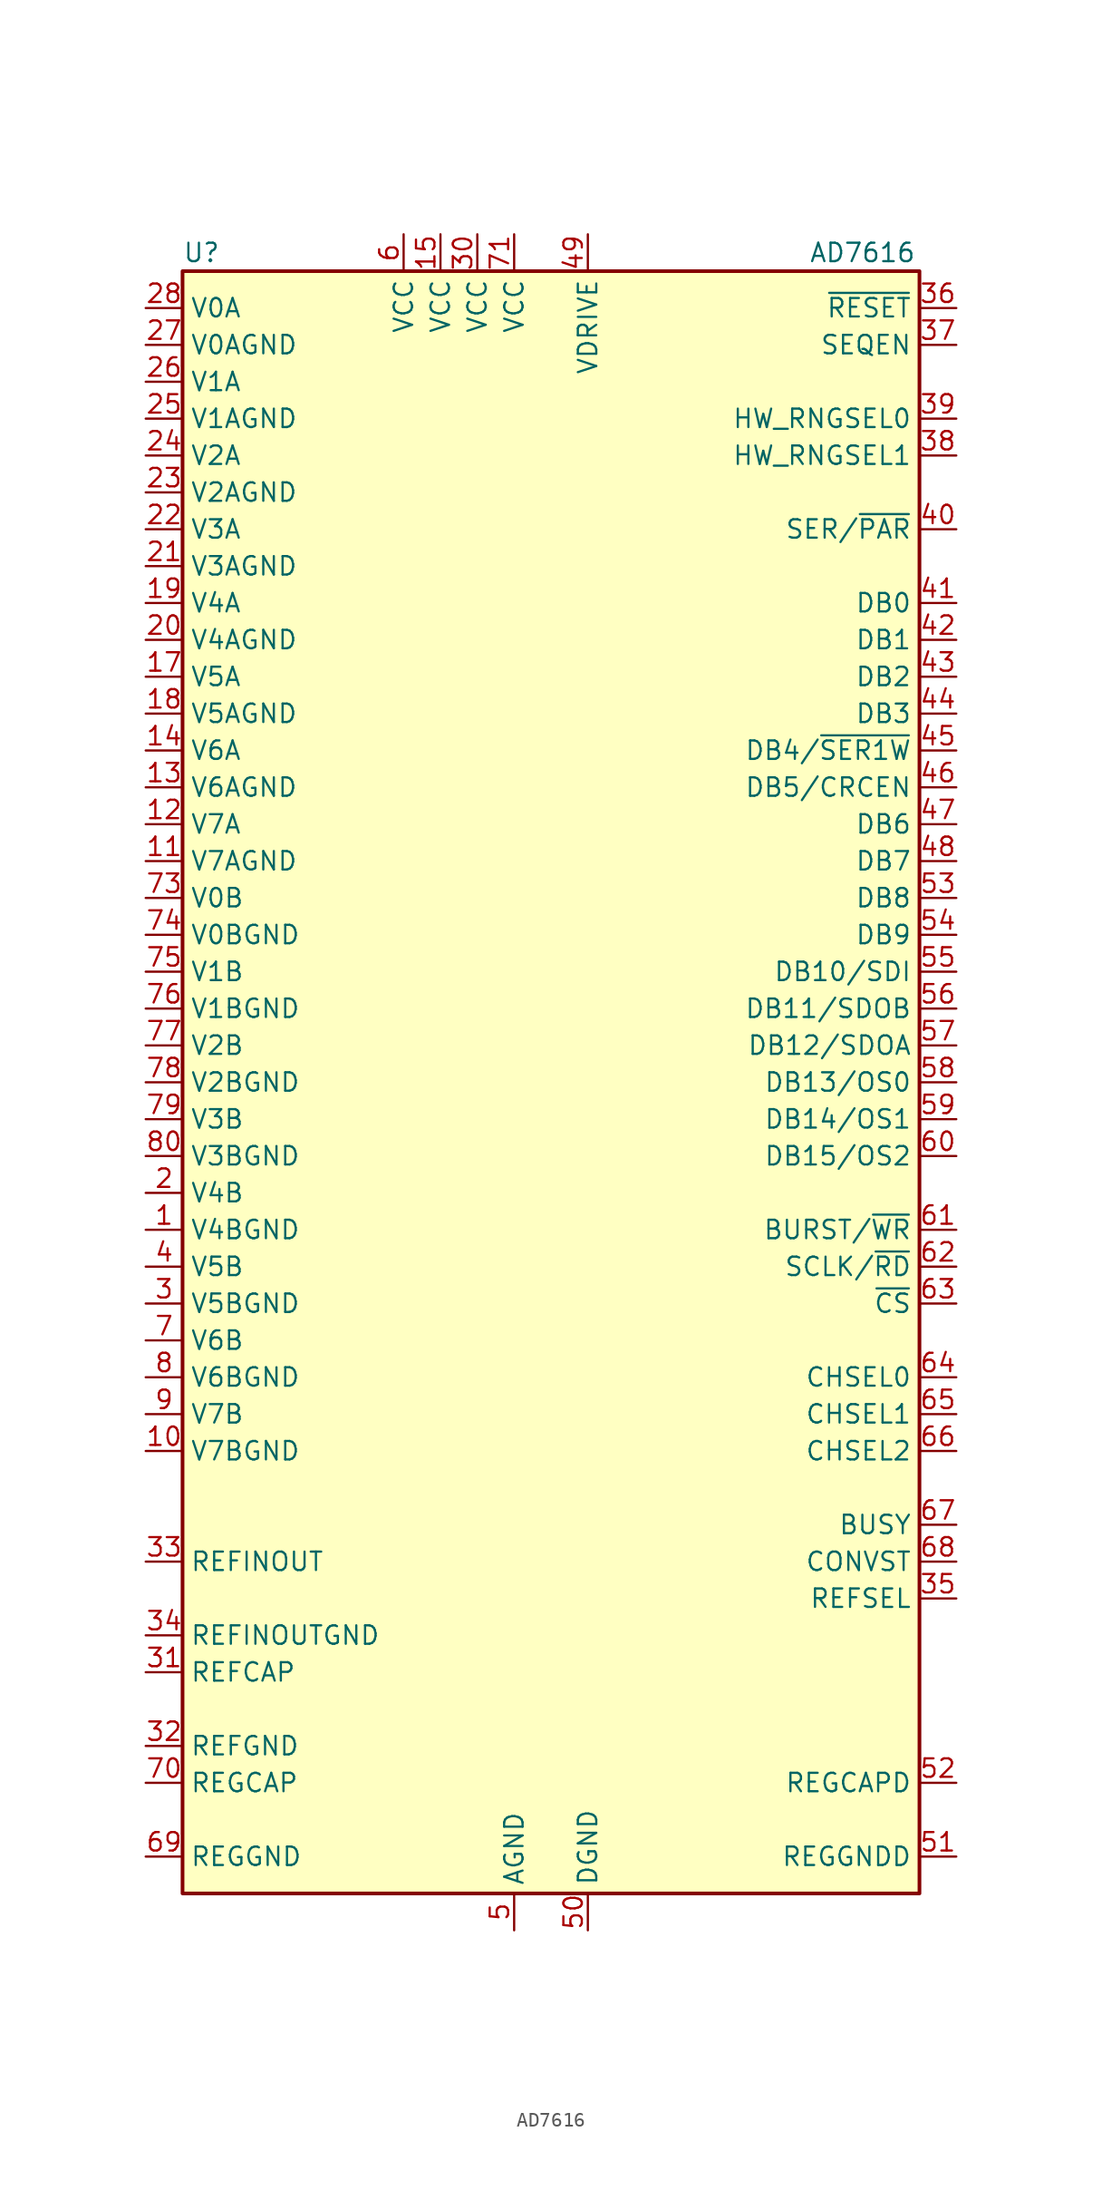
<source format=kicad_sym>
(kicad_symbol_lib
  (version 20201005)
  (generator kicad_symbol_editor)
  (symbol "Analog_ADC:AD7616"
    (property "Reference" "U"
      (at -25.4 57.15 0)
      (effects (font (size 1.27 1.27)) (justify left)))
    (property "Value" "AD7616"
      (at 17.78 57.15 0)
      (effects (font (size 1.27 1.27)) (justify left)))
    (symbol "AD7616_1_1"
      (rectangle (start -25.4 55.88) (end 25.4 -55.88) (stroke (width 0.254)) (fill (type background)))
      (pin input line (at -27.94 -10.16 0) (length 2.54) (name "V4BGND" (effects (font (size 1.27 1.27)))) (number "1" (effects (font (size 1.27 1.27)))))
      (pin input line (at -27.94 -25.4 0) (length 2.54) (name "V7BGND" (effects (font (size 1.27 1.27)))) (number "10" (effects (font (size 1.27 1.27)))))
      (pin input line (at -27.94 15.24 0) (length 2.54) (name "V7AGND" (effects (font (size 1.27 1.27)))) (number "11" (effects (font (size 1.27 1.27)))))
      (pin input line (at -27.94 17.78 0) (length 2.54) (name "V7A" (effects (font (size 1.27 1.27)))) (number "12" (effects (font (size 1.27 1.27)))))
      (pin input line (at -27.94 20.32 0) (length 2.54) (name "V6AGND" (effects (font (size 1.27 1.27)))) (number "13" (effects (font (size 1.27 1.27)))))
      (pin input line (at -27.94 22.86 0) (length 2.54) (name "V6A" (effects (font (size 1.27 1.27)))) (number "14" (effects (font (size 1.27 1.27)))))
      (pin power_in line (at -7.62 58.42 270) (length 2.54) (name "VCC" (effects (font (size 1.27 1.27)))) (number "15" (effects (font (size 1.27 1.27)))))
      (pin passive line (at -2.54 -58.42 90) (length 2.54) hide (name "AGND" (effects (font (size 1.27 1.27)))) (number "16" (effects (font (size 1.27 1.27)))))
      (pin input line (at -27.94 27.94 0) (length 2.54) (name "V5A" (effects (font (size 1.27 1.27)))) (number "17" (effects (font (size 1.27 1.27)))))
      (pin input line (at -27.94 25.4 0) (length 2.54) (name "V5AGND" (effects (font (size 1.27 1.27)))) (number "18" (effects (font (size 1.27 1.27)))))
      (pin input line (at -27.94 33.02 0) (length 2.54) (name "V4A" (effects (font (size 1.27 1.27)))) (number "19" (effects (font (size 1.27 1.27)))))
      (pin input line (at -27.94 -7.62 0) (length 2.54) (name "V4B" (effects (font (size 1.27 1.27)))) (number "2" (effects (font (size 1.27 1.27)))))
      (pin input line (at -27.94 30.48 0) (length 2.54) (name "V4AGND" (effects (font (size 1.27 1.27)))) (number "20" (effects (font (size 1.27 1.27)))))
      (pin input line (at -27.94 35.56 0) (length 2.54) (name "V3AGND" (effects (font (size 1.27 1.27)))) (number "21" (effects (font (size 1.27 1.27)))))
      (pin input line (at -27.94 38.1 0) (length 2.54) (name "V3A" (effects (font (size 1.27 1.27)))) (number "22" (effects (font (size 1.27 1.27)))))
      (pin input line (at -27.94 40.64 0) (length 2.54) (name "V2AGND" (effects (font (size 1.27 1.27)))) (number "23" (effects (font (size 1.27 1.27)))))
      (pin input line (at -27.94 43.18 0) (length 2.54) (name "V2A" (effects (font (size 1.27 1.27)))) (number "24" (effects (font (size 1.27 1.27)))))
      (pin input line (at -27.94 45.72 0) (length 2.54) (name "V1AGND" (effects (font (size 1.27 1.27)))) (number "25" (effects (font (size 1.27 1.27)))))
      (pin input line (at -27.94 48.26 0) (length 2.54) (name "V1A" (effects (font (size 1.27 1.27)))) (number "26" (effects (font (size 1.27 1.27)))))
      (pin input line (at -27.94 50.8 0) (length 2.54) (name "V0AGND" (effects (font (size 1.27 1.27)))) (number "27" (effects (font (size 1.27 1.27)))))
      (pin input line (at -27.94 53.34 0) (length 2.54) (name "V0A" (effects (font (size 1.27 1.27)))) (number "28" (effects (font (size 1.27 1.27)))))
      (pin passive line (at -2.54 -58.42 90) (length 2.54) hide (name "AGND" (effects (font (size 1.27 1.27)))) (number "29" (effects (font (size 1.27 1.27)))))
      (pin input line (at -27.94 -15.24 0) (length 2.54) (name "V5BGND" (effects (font (size 1.27 1.27)))) (number "3" (effects (font (size 1.27 1.27)))))
      (pin power_in line (at -5.08 58.42 270) (length 2.54) (name "VCC" (effects (font (size 1.27 1.27)))) (number "30" (effects (font (size 1.27 1.27)))))
      (pin passive line (at -27.94 -40.64 0) (length 2.54) (name "REFCAP" (effects (font (size 1.27 1.27)))) (number "31" (effects (font (size 1.27 1.27)))))
      (pin power_in line (at -27.94 -45.72 0) (length 2.54) (name "REFGND" (effects (font (size 1.27 1.27)))) (number "32" (effects (font (size 1.27 1.27)))))
      (pin input line (at -27.94 -33.02 0) (length 2.54) (name "REFINOUT" (effects (font (size 1.27 1.27)))) (number "33" (effects (font (size 1.27 1.27)))))
      (pin power_in line (at -27.94 -38.1 0) (length 2.54) (name "REFINOUTGND" (effects (font (size 1.27 1.27)))) (number "34" (effects (font (size 1.27 1.27)))))
      (pin input line (at 27.94 -35.56 180) (length 2.54) (name "REFSEL" (effects (font (size 1.27 1.27)))) (number "35" (effects (font (size 1.27 1.27)))))
      (pin input line (at 27.94 53.34 180) (length 2.54) (name "~RESET" (effects (font (size 1.27 1.27)))) (number "36" (effects (font (size 1.27 1.27)))))
      (pin input line (at 27.94 50.8 180) (length 2.54) (name "SEQEN" (effects (font (size 1.27 1.27)))) (number "37" (effects (font (size 1.27 1.27)))))
      (pin input line (at 27.94 43.18 180) (length 2.54) (name "HW_RNGSEL1" (effects (font (size 1.27 1.27)))) (number "38" (effects (font (size 1.27 1.27)))))
      (pin input line (at 27.94 45.72 180) (length 2.54) (name "HW_RNGSEL0" (effects (font (size 1.27 1.27)))) (number "39" (effects (font (size 1.27 1.27)))))
      (pin input line (at -27.94 -12.7 0) (length 2.54) (name "V5B" (effects (font (size 1.27 1.27)))) (number "4" (effects (font (size 1.27 1.27)))))
      (pin input line (at 27.94 38.1 180) (length 2.54) (name "SER/~PAR" (effects (font (size 1.27 1.27)))) (number "40" (effects (font (size 1.27 1.27)))))
      (pin bidirectional line (at 27.94 33.02 180) (length 2.54) (name "DB0" (effects (font (size 1.27 1.27)))) (number "41" (effects (font (size 1.27 1.27)))))
      (pin bidirectional line (at 27.94 30.48 180) (length 2.54) (name "DB1" (effects (font (size 1.27 1.27)))) (number "42" (effects (font (size 1.27 1.27)))))
      (pin bidirectional line (at 27.94 27.94 180) (length 2.54) (name "DB2" (effects (font (size 1.27 1.27)))) (number "43" (effects (font (size 1.27 1.27)))))
      (pin bidirectional line (at 27.94 25.4 180) (length 2.54) (name "DB3" (effects (font (size 1.27 1.27)))) (number "44" (effects (font (size 1.27 1.27)))))
      (pin bidirectional line (at 27.94 22.86 180) (length 2.54) (name "DB4/~SER1W" (effects (font (size 1.27 1.27)))) (number "45" (effects (font (size 1.27 1.27)))))
      (pin bidirectional line (at 27.94 20.32 180) (length 2.54) (name "DB5/CRCEN" (effects (font (size 1.27 1.27)))) (number "46" (effects (font (size 1.27 1.27)))))
      (pin bidirectional line (at 27.94 17.78 180) (length 2.54) (name "DB6" (effects (font (size 1.27 1.27)))) (number "47" (effects (font (size 1.27 1.27)))))
      (pin bidirectional line (at 27.94 15.24 180) (length 2.54) (name "DB7" (effects (font (size 1.27 1.27)))) (number "48" (effects (font (size 1.27 1.27)))))
      (pin power_in line (at 2.54 58.42 270) (length 2.54) (name "VDRIVE" (effects (font (size 1.27 1.27)))) (number "49" (effects (font (size 1.27 1.27)))))
      (pin power_in line (at -2.54 -58.42 90) (length 2.54) (name "AGND" (effects (font (size 1.27 1.27)))) (number "5" (effects (font (size 1.27 1.27)))))
      (pin power_in line (at 2.54 -58.42 90) (length 2.54) (name "DGND" (effects (font (size 1.27 1.27)))) (number "50" (effects (font (size 1.27 1.27)))))
      (pin power_in line (at 27.94 -53.34 180) (length 2.54) (name "REGGNDD" (effects (font (size 1.27 1.27)))) (number "51" (effects (font (size 1.27 1.27)))))
      (pin passive line (at 27.94 -48.26 180) (length 2.54) (name "REGCAPD" (effects (font (size 1.27 1.27)))) (number "52" (effects (font (size 1.27 1.27)))))
      (pin bidirectional line (at 27.94 12.7 180) (length 2.54) (name "DB8" (effects (font (size 1.27 1.27)))) (number "53" (effects (font (size 1.27 1.27)))))
      (pin bidirectional line (at 27.94 10.16 180) (length 2.54) (name "DB9" (effects (font (size 1.27 1.27)))) (number "54" (effects (font (size 1.27 1.27)))))
      (pin bidirectional line (at 27.94 7.62 180) (length 2.54) (name "DB10/SDI" (effects (font (size 1.27 1.27)))) (number "55" (effects (font (size 1.27 1.27)))))
      (pin bidirectional line (at 27.94 5.08 180) (length 2.54) (name "DB11/SDOB" (effects (font (size 1.27 1.27)))) (number "56" (effects (font (size 1.27 1.27)))))
      (pin bidirectional line (at 27.94 2.54 180) (length 2.54) (name "DB12/SDOA" (effects (font (size 1.27 1.27)))) (number "57" (effects (font (size 1.27 1.27)))))
      (pin bidirectional line (at 27.94 0 180) (length 2.54) (name "DB13/OS0" (effects (font (size 1.27 1.27)))) (number "58" (effects (font (size 1.27 1.27)))))
      (pin bidirectional line (at 27.94 -2.54 180) (length 2.54) (name "DB14/OS1" (effects (font (size 1.27 1.27)))) (number "59" (effects (font (size 1.27 1.27)))))
      (pin power_in line (at -10.16 58.42 270) (length 2.54) (name "VCC" (effects (font (size 1.27 1.27)))) (number "6" (effects (font (size 1.27 1.27)))))
      (pin bidirectional line (at 27.94 -5.08 180) (length 2.54) (name "DB15/OS2" (effects (font (size 1.27 1.27)))) (number "60" (effects (font (size 1.27 1.27)))))
      (pin input line (at 27.94 -10.16 180) (length 2.54) (name "BURST/~WR" (effects (font (size 1.27 1.27)))) (number "61" (effects (font (size 1.27 1.27)))))
      (pin input line (at 27.94 -12.7 180) (length 2.54) (name "SCLK/~RD" (effects (font (size 1.27 1.27)))) (number "62" (effects (font (size 1.27 1.27)))))
      (pin input line (at 27.94 -15.24 180) (length 2.54) (name "~CS" (effects (font (size 1.27 1.27)))) (number "63" (effects (font (size 1.27 1.27)))))
      (pin input line (at 27.94 -20.32 180) (length 2.54) (name "CHSEL0" (effects (font (size 1.27 1.27)))) (number "64" (effects (font (size 1.27 1.27)))))
      (pin input line (at 27.94 -22.86 180) (length 2.54) (name "CHSEL1" (effects (font (size 1.27 1.27)))) (number "65" (effects (font (size 1.27 1.27)))))
      (pin input line (at 27.94 -25.4 180) (length 2.54) (name "CHSEL2" (effects (font (size 1.27 1.27)))) (number "66" (effects (font (size 1.27 1.27)))))
      (pin output line (at 27.94 -30.48 180) (length 2.54) (name "BUSY" (effects (font (size 1.27 1.27)))) (number "67" (effects (font (size 1.27 1.27)))))
      (pin input line (at 27.94 -33.02 180) (length 2.54) (name "CONVST" (effects (font (size 1.27 1.27)))) (number "68" (effects (font (size 1.27 1.27)))))
      (pin power_in line (at -27.94 -53.34 0) (length 2.54) (name "REGGND" (effects (font (size 1.27 1.27)))) (number "69" (effects (font (size 1.27 1.27)))))
      (pin input line (at -27.94 -17.78 0) (length 2.54) (name "V6B" (effects (font (size 1.27 1.27)))) (number "7" (effects (font (size 1.27 1.27)))))
      (pin passive line (at -27.94 -48.26 0) (length 2.54) (name "REGCAP" (effects (font (size 1.27 1.27)))) (number "70" (effects (font (size 1.27 1.27)))))
      (pin power_in line (at -2.54 58.42 270) (length 2.54) (name "VCC" (effects (font (size 1.27 1.27)))) (number "71" (effects (font (size 1.27 1.27)))))
      (pin passive line (at -2.54 -58.42 90) (length 2.54) hide (name "AGND" (effects (font (size 1.27 1.27)))) (number "72" (effects (font (size 1.27 1.27)))))
      (pin input line (at -27.94 12.7 0) (length 2.54) (name "V0B" (effects (font (size 1.27 1.27)))) (number "73" (effects (font (size 1.27 1.27)))))
      (pin input line (at -27.94 10.16 0) (length 2.54) (name "V0BGND" (effects (font (size 1.27 1.27)))) (number "74" (effects (font (size 1.27 1.27)))))
      (pin input line (at -27.94 7.62 0) (length 2.54) (name "V1B" (effects (font (size 1.27 1.27)))) (number "75" (effects (font (size 1.27 1.27)))))
      (pin input line (at -27.94 5.08 0) (length 2.54) (name "V1BGND" (effects (font (size 1.27 1.27)))) (number "76" (effects (font (size 1.27 1.27)))))
      (pin input line (at -27.94 2.54 0) (length 2.54) (name "V2B" (effects (font (size 1.27 1.27)))) (number "77" (effects (font (size 1.27 1.27)))))
      (pin input line (at -27.94 0 0) (length 2.54) (name "V2BGND" (effects (font (size 1.27 1.27)))) (number "78" (effects (font (size 1.27 1.27)))))
      (pin input line (at -27.94 -2.54 0) (length 2.54) (name "V3B" (effects (font (size 1.27 1.27)))) (number "79" (effects (font (size 1.27 1.27)))))
      (pin input line (at -27.94 -20.32 0) (length 2.54) (name "V6BGND" (effects (font (size 1.27 1.27)))) (number "8" (effects (font (size 1.27 1.27)))))
      (pin input line (at -27.94 -5.08 0) (length 2.54) (name "V3BGND" (effects (font (size 1.27 1.27)))) (number "80" (effects (font (size 1.27 1.27)))))
      (pin input line (at -27.94 -22.86 0) (length 2.54) (name "V7B" (effects (font (size 1.27 1.27)))) (number "9" (effects (font (size 1.27 1.27))))))))
</source>
